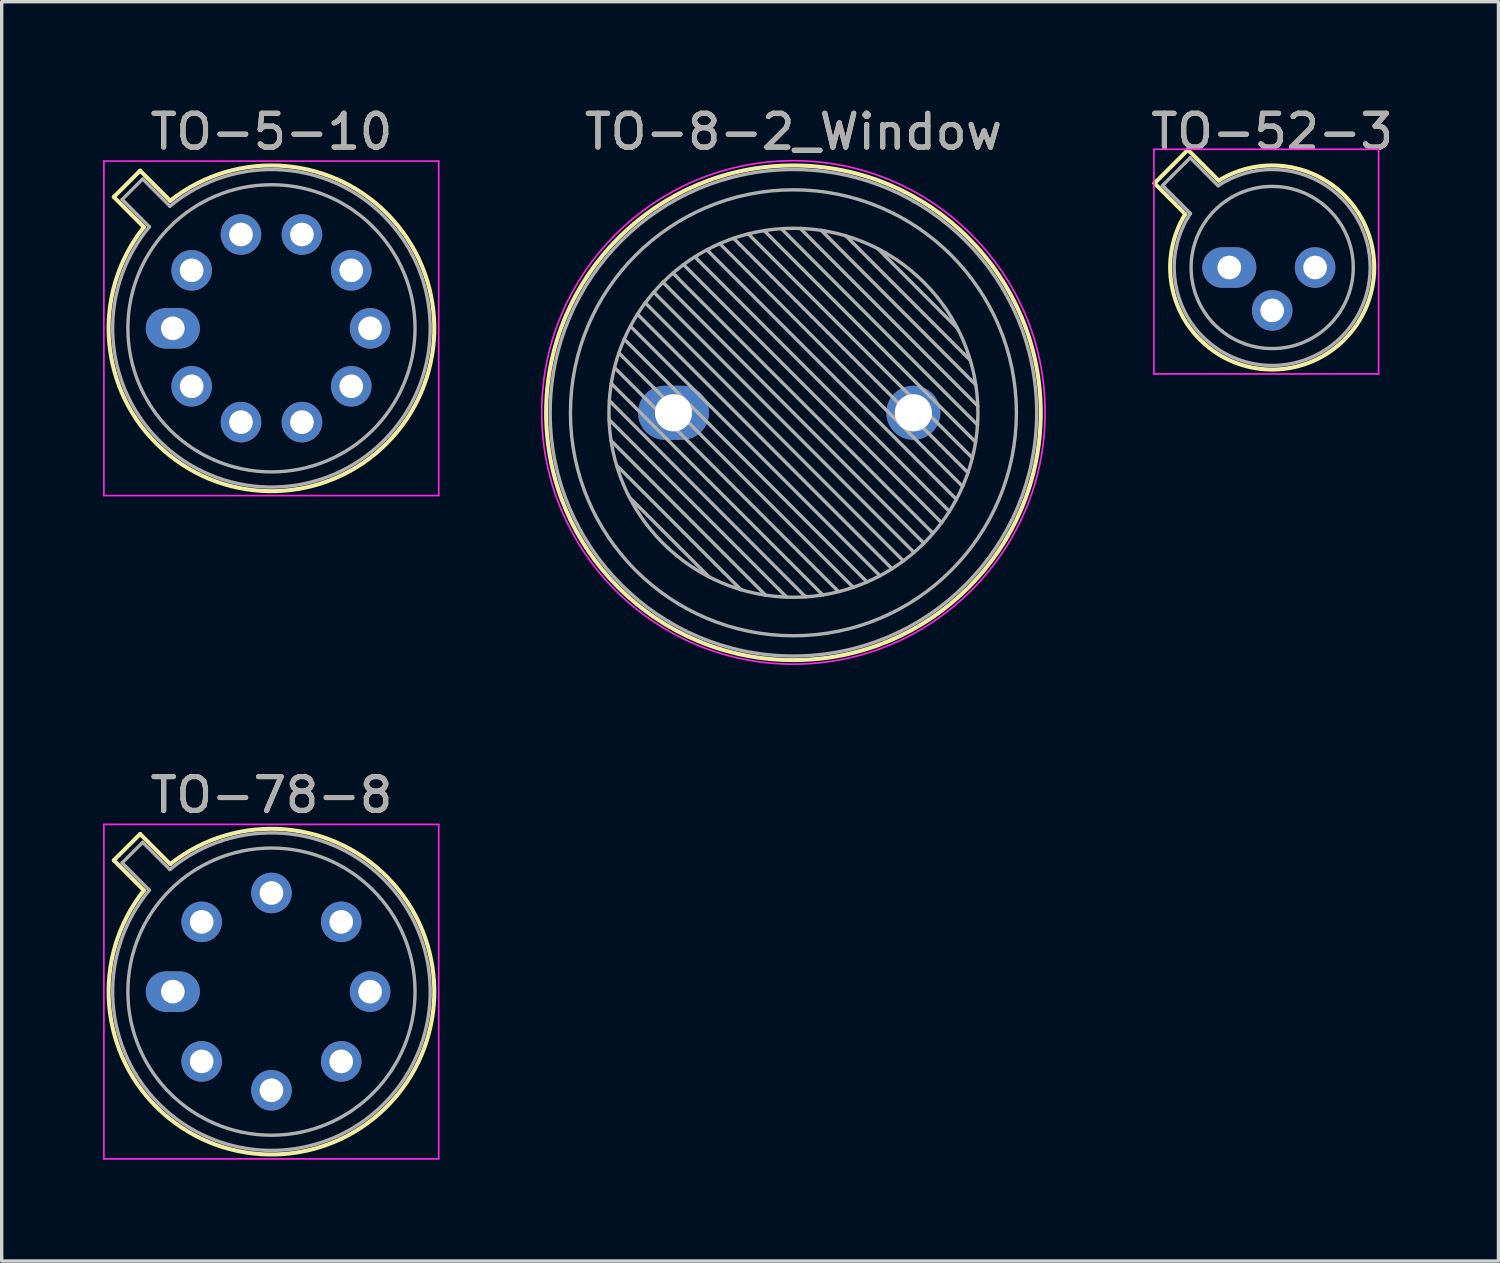
<source format=kicad_pcb>
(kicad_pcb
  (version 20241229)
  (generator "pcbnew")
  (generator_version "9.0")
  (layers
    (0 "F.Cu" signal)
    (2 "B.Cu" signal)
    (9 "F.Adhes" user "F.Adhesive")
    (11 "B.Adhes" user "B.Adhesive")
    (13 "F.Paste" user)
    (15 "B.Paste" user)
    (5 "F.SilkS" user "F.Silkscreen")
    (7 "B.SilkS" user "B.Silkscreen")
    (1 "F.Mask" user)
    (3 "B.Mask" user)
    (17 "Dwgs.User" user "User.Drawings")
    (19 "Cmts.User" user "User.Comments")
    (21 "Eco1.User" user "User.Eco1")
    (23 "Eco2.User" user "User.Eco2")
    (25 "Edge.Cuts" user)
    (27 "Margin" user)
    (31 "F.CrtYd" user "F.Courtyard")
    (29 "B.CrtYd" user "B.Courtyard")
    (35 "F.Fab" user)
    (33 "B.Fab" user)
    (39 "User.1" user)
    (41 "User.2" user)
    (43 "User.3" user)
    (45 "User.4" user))
  (footprint "TO-52-3"
    (layer "F.Cu")
    (at 33.336 4.868)
    (property "Reference" "TO-52-3" (at 1.27 -4.02 0) (layer "F.SilkS") (effects (font (size 1 1) (thickness 0.15))))
    (attr through_hole)
    (fp_line (start -2.214 -2.494) (end -1.302 -1.582) (stroke (width 0.12) (type solid)) (layer "F.SilkS"))
    (fp_line (start -1.224 -3.484) (end -2.214 -2.494) (stroke (width 0.12) (type solid)) (layer "F.SilkS"))
    (fp_line (start -0.312 -2.572) (end -1.224 -3.484) (stroke (width 0.12) (type solid)) (layer "F.SilkS"))
    (fp_arc (start -0.312331 -2.572281) (mid 3.405374 2.135551) (end -1.30215 -1.582544) (stroke (width 0.12) (type solid)) (layer "F.SilkS"))
    (fp_line (start -2.23 -3.5) (end -2.23 3.15) (stroke (width 0.05) (type solid)) (layer "F.CrtYd"))
    (fp_line (start -2.23 3.15) (end 4.42 3.15) (stroke (width 0.05) (type solid)) (layer "F.CrtYd"))
    (fp_line (start 4.42 -3.5) (end -2.23 -3.5) (stroke (width 0.05) (type solid)) (layer "F.CrtYd"))
    (fp_line (start 4.42 3.15) (end 4.42 -3.5) (stroke (width 0.05) (type solid)) (layer "F.CrtYd"))
    (fp_line (start -1.977 -2.426) (end -1.149 -1.599) (stroke (width 0.1) (type solid)) (layer "F.Fab"))
    (fp_line (start -1.156 -3.247) (end -1.977 -2.426) (stroke (width 0.1) (type solid)) (layer "F.Fab"))
    (fp_line (start -0.329 -2.419) (end -1.156 -3.247) (stroke (width 0.1) (type solid)) (layer "F.Fab"))
    (fp_arc (start -0.329057 -2.419301) (mid 3.321076 2.050143) (end -1.150029 -1.597956) (stroke (width 0.1) (type solid)) (layer "F.Fab"))
    (fp_circle (center 1.27 0) (end 3.67 0) (stroke (width 0.1) (type solid)) (fill no) (layer "F.Fab"))
    (fp_text user "${REFERENCE}" (at 1.27 -4.02 0) (layer "F.Fab") (effects (font (size 1 1) (thickness 0.15))))
    (pad "1" thru_hole oval (at 0 0) (size 1.6 1.2) (drill 0.7) (layers "*.Cu" "*.Mask"))
    (pad "2" thru_hole oval (at 1.27 1.27) (size 1.2 1.2) (drill 0.7) (layers "*.Cu" "*.Mask"))
    (pad "3" thru_hole oval (at 2.54 0) (size 1.2 1.2) (drill 0.7) (layers "*.Cu" "*.Mask")))
  (footprint "TO-78-8"
    (layer "F.Cu")
    (at 2.065 26.302)
    (property "Reference" "TO-78-8" (at 2.92 -5.82 0) (layer "F.SilkS") (effects (font (size 1 1) (thickness 0.15))))
    (attr through_hole)
    (fp_line (start -1.746 -3.888) (end -0.855 -2.997) (stroke (width 0.12) (type solid)) (layer "F.SilkS"))
    (fp_line (start -0.968 -4.666) (end -1.746 -3.888) (stroke (width 0.12) (type solid)) (layer "F.SilkS"))
    (fp_line (start -0.077 -3.775) (end -0.968 -4.666) (stroke (width 0.12) (type solid)) (layer "F.SilkS"))
    (fp_arc (start -0.077084 -3.774902) (mid 6.328125 3.408384) (end -0.854674 -2.997371) (stroke (width 0.12) (type solid)) (layer "F.SilkS"))
    (fp_line (start -2.04 -4.95) (end -2.04 4.95) (stroke (width 0.05) (type solid)) (layer "F.CrtYd"))
    (fp_line (start -2.04 4.95) (end 7.87 4.95) (stroke (width 0.05) (type solid)) (layer "F.CrtYd"))
    (fp_line (start 7.87 -4.95) (end -2.04 -4.95) (stroke (width 0.05) (type solid)) (layer "F.CrtYd"))
    (fp_line (start 7.87 4.95) (end 7.87 -4.95) (stroke (width 0.05) (type solid)) (layer "F.CrtYd"))
    (fp_line (start -1.5 -3.812) (end -0.694 -3.005) (stroke (width 0.1) (type solid)) (layer "F.Fab"))
    (fp_line (start -0.892 -4.42) (end -1.5 -3.812) (stroke (width 0.1) (type solid)) (layer "F.Fab"))
    (fp_line (start -0.085 -3.614) (end -0.892 -4.42) (stroke (width 0.1) (type solid)) (layer "F.Fab"))
    (fp_arc (start -0.085408 -3.61352) (mid 6.243443 3.323361) (end -0.693594 -3.005319) (stroke (width 0.1) (type solid)) (layer "F.Fab"))
    (fp_circle (center 2.92 0) (end 7.17 0) (stroke (width 0.1) (type solid)) (fill no) (layer "F.Fab"))
    (fp_text user "${REFERENCE}" (at 2.92 -5.82 0) (layer "F.Fab") (effects (font (size 1 1) (thickness 0.15))))
    (pad "1" thru_hole oval (at 0 0) (size 1.6 1.2) (drill 0.7) (layers "*.Cu" "*.Mask"))
    (pad "2" thru_hole oval (at 0.855 2.065) (size 1.2 1.2) (drill 0.7) (layers "*.Cu" "*.Mask"))
    (pad "3" thru_hole oval (at 2.92 2.92) (size 1.2 1.2) (drill 0.7) (layers "*.Cu" "*.Mask"))
    (pad "4" thru_hole oval (at 4.985 2.065) (size 1.2 1.2) (drill 0.7) (layers "*.Cu" "*.Mask"))
    (pad "5" thru_hole oval (at 5.84 0) (size 1.2 1.2) (drill 0.7) (layers "*.Cu" "*.Mask"))
    (pad "6" thru_hole oval (at 4.985 -2.065) (size 1.2 1.2) (drill 0.7) (layers "*.Cu" "*.Mask"))
    (pad "7" thru_hole oval (at 2.92 -2.92) (size 1.2 1.2) (drill 0.7) (layers "*.Cu" "*.Mask"))
    (pad "8" thru_hole oval (at 0.855 -2.065) (size 1.2 1.2) (drill 0.7) (layers "*.Cu" "*.Mask")))
  (footprint "TO-8-2_Window"
    (layer "F.Cu")
    (at 16.885 9.168)
    (property "Reference" "TO-8-2_Window" (at 3.55 -8.32 0) (layer "F.SilkS") (effects (font (size 1 1) (thickness 0.15))))
    (attr through_hole)
    (fp_circle (center 3.55 0) (end 10.87 0) (stroke (width 0.12) (type solid)) (fill no) (layer "F.SilkS"))
    (fp_circle (center 3.55 -0.01) (end 11 -0.01) (stroke (width 0.05) (type solid)) (fill no) (layer "F.CrtYd"))
    (fp_line (start -1.908 0.2) (end 3.35 5.458) (stroke (width 0.1) (type solid)) (layer "F.Fab"))
    (fp_line (start -1.9 -0.359) (end 3.909 5.45) (stroke (width 0.1) (type solid)) (layer "F.Fab"))
    (fp_line (start -1.849 0.825) (end 2.725 5.399) (stroke (width 0.1) (type solid)) (layer "F.Fab"))
    (fp_line (start -1.842 -0.867) (end 4.417 5.392) (stroke (width 0.1) (type solid)) (layer "F.Fab"))
    (fp_line (start -1.746 -1.336) (end 4.886 5.296) (stroke (width 0.1) (type solid)) (layer "F.Fab"))
    (fp_line (start -1.686 1.553) (end 1.997 5.236) (stroke (width 0.1) (type solid)) (layer "F.Fab"))
    (fp_line (start -1.616 -1.772) (end 5.322 5.166) (stroke (width 0.1) (type solid)) (layer "F.Fab"))
    (fp_line (start -1.458 -2.18) (end 5.73 5.008) (stroke (width 0.1) (type solid)) (layer "F.Fab"))
    (fp_line (start -1.307 2.498) (end 1.052 4.857) (stroke (width 0.1) (type solid)) (layer "F.Fab"))
    (fp_line (start -1.274 -2.561) (end 6.111 4.824) (stroke (width 0.1) (type solid)) (layer "F.Fab"))
    (fp_line (start -1.066 -2.919) (end 6.469 4.616) (stroke (width 0.1) (type solid)) (layer "F.Fab"))
    (fp_line (start -0.836 -3.255) (end 6.805 4.386) (stroke (width 0.1) (type solid)) (layer "F.Fab"))
    (fp_line (start -0.584 -3.569) (end 7.119 4.134) (stroke (width 0.1) (type solid)) (layer "F.Fab"))
    (fp_line (start -0.312 -3.862) (end 7.412 3.862) (stroke (width 0.1) (type solid)) (layer "F.Fab"))
    (fp_line (start -0.019 -4.134) (end 7.684 3.569) (stroke (width 0.1) (type solid)) (layer "F.Fab"))
    (fp_line (start 0.295 -4.386) (end 7.936 3.255) (stroke (width 0.1) (type solid)) (layer "F.Fab"))
    (fp_line (start 0.631 -4.616) (end 8.166 2.919) (stroke (width 0.1) (type solid)) (layer "F.Fab"))
    (fp_line (start 0.989 -4.824) (end 8.374 2.561) (stroke (width 0.1) (type solid)) (layer "F.Fab"))
    (fp_line (start 1.37 -5.008) (end 8.558 2.18) (stroke (width 0.1) (type solid)) (layer "F.Fab"))
    (fp_line (start 1.778 -5.166) (end 8.716 1.772) (stroke (width 0.1) (type solid)) (layer "F.Fab"))
    (fp_line (start 2.214 -5.296) (end 8.846 1.336) (stroke (width 0.1) (type solid)) (layer "F.Fab"))
    (fp_line (start 2.683 -5.392) (end 8.942 0.867) (stroke (width 0.1) (type solid)) (layer "F.Fab"))
    (fp_line (start 3.191 -5.45) (end 9 0.359) (stroke (width 0.1) (type solid)) (layer "F.Fab"))
    (fp_line (start 3.75 -5.458) (end 9.008 -0.2) (stroke (width 0.1) (type solid)) (layer "F.Fab"))
    (fp_line (start 4.375 -5.399) (end 8.949 -0.825) (stroke (width 0.1) (type solid)) (layer "F.Fab"))
    (fp_line (start 5.103 -5.236) (end 8.786 -1.553) (stroke (width 0.1) (type solid)) (layer "F.Fab"))
    (fp_line (start 6.048 -4.857) (end 8.407 -2.498) (stroke (width 0.1) (type solid)) (layer "F.Fab"))
    (fp_circle (center 3.55 0) (end 9.011 0) (stroke (width 0.1) (type solid)) (fill no) (layer "F.Fab"))
    (fp_circle (center 3.55 0) (end 10.15 0) (stroke (width 0.1) (type solid)) (fill no) (layer "F.Fab"))
    (fp_circle (center 3.55 0) (end 10.75 0) (stroke (width 0.1) (type solid)) (fill no) (layer "F.Fab"))
    (fp_text user "${REFERENCE}" (at 3.55 -8.32 0) (layer "F.Fab") (effects (font (size 1 1) (thickness 0.15))))
    (pad "1" thru_hole oval (at 0 0) (size 2.1 1.6) (drill 1.1) (layers "*.Cu" "*.Mask"))
    (pad "2" thru_hole oval (at 7.1 0) (size 1.6 1.6) (drill 1.1) (layers "*.Cu" "*.Mask")))
  (footprint "TO-5-10"
    (layer "F.Cu")
    (at 2.065 6.668)
    (property "Reference" "TO-5-10" (at 2.92 -5.82 0) (layer "F.SilkS") (effects (font (size 1 1) (thickness 0.15))))
    (attr through_hole)
    (fp_line (start -1.746 -3.888) (end -0.855 -2.997) (stroke (width 0.12) (type solid)) (layer "F.SilkS"))
    (fp_line (start -0.968 -4.666) (end -1.746 -3.888) (stroke (width 0.12) (type solid)) (layer "F.SilkS"))
    (fp_line (start -0.077 -3.775) (end -0.968 -4.666) (stroke (width 0.12) (type solid)) (layer "F.SilkS"))
    (fp_arc (start -0.077084 -3.774902) (mid 6.328125 3.408384) (end -0.854674 -2.997371) (stroke (width 0.12) (type solid)) (layer "F.SilkS"))
    (fp_line (start -2.04 -4.95) (end -2.04 4.95) (stroke (width 0.05) (type solid)) (layer "F.CrtYd"))
    (fp_line (start -2.04 4.95) (end 7.87 4.95) (stroke (width 0.05) (type solid)) (layer "F.CrtYd"))
    (fp_line (start 7.87 -4.95) (end -2.04 -4.95) (stroke (width 0.05) (type solid)) (layer "F.CrtYd"))
    (fp_line (start 7.87 4.95) (end 7.87 -4.95) (stroke (width 0.05) (type solid)) (layer "F.CrtYd"))
    (fp_line (start -1.5 -3.812) (end -0.694 -3.005) (stroke (width 0.1) (type solid)) (layer "F.Fab"))
    (fp_line (start -0.892 -4.42) (end -1.5 -3.812) (stroke (width 0.1) (type solid)) (layer "F.Fab"))
    (fp_line (start -0.085 -3.614) (end -0.892 -4.42) (stroke (width 0.1) (type solid)) (layer "F.Fab"))
    (fp_arc (start -0.085408 -3.61352) (mid 6.243443 3.323361) (end -0.693594 -3.005319) (stroke (width 0.1) (type solid)) (layer "F.Fab"))
    (fp_circle (center 2.92 0) (end 7.17 0) (stroke (width 0.1) (type solid)) (fill no) (layer "F.Fab"))
    (fp_text user "${REFERENCE}" (at 2.92 -5.82 0) (layer "F.Fab") (effects (font (size 1 1) (thickness 0.15))))
    (pad "1" thru_hole oval (at 0 0) (size 1.6 1.2) (drill 0.7) (layers "*.Cu" "*.Mask"))
    (pad "2" thru_hole oval (at 0.558 1.716) (size 1.2 1.2) (drill 0.7) (layers "*.Cu" "*.Mask"))
    (pad "3" thru_hole oval (at 2.018 2.777) (size 1.2 1.2) (drill 0.7) (layers "*.Cu" "*.Mask"))
    (pad "4" thru_hole oval (at 3.822 2.777) (size 1.2 1.2) (drill 0.7) (layers "*.Cu" "*.Mask"))
    (pad "5" thru_hole oval (at 5.282 1.716) (size 1.2 1.2) (drill 0.7) (layers "*.Cu" "*.Mask"))
    (pad "6" thru_hole oval (at 5.84 0) (size 1.2 1.2) (drill 0.7) (layers "*.Cu" "*.Mask"))
    (pad "7" thru_hole oval (at 5.282 -1.716) (size 1.2 1.2) (drill 0.7) (layers "*.Cu" "*.Mask"))
    (pad "8" thru_hole oval (at 3.822 -2.777) (size 1.2 1.2) (drill 0.7) (layers "*.Cu" "*.Mask"))
    (pad "9" thru_hole oval (at 2.018 -2.777) (size 1.2 1.2) (drill 0.7) (layers "*.Cu" "*.Mask"))
    (pad "10" thru_hole oval (at 0.558 -1.716) (size 1.2 1.2) (drill 0.7) (layers "*.Cu" "*.Mask")))
  (gr_rect
    (start -3 -3)
    (end 41.303 34.276)
    (stroke (width 0.1) (type default))
    (fill no)
    (layer "Edge.Cuts")))
</source>
